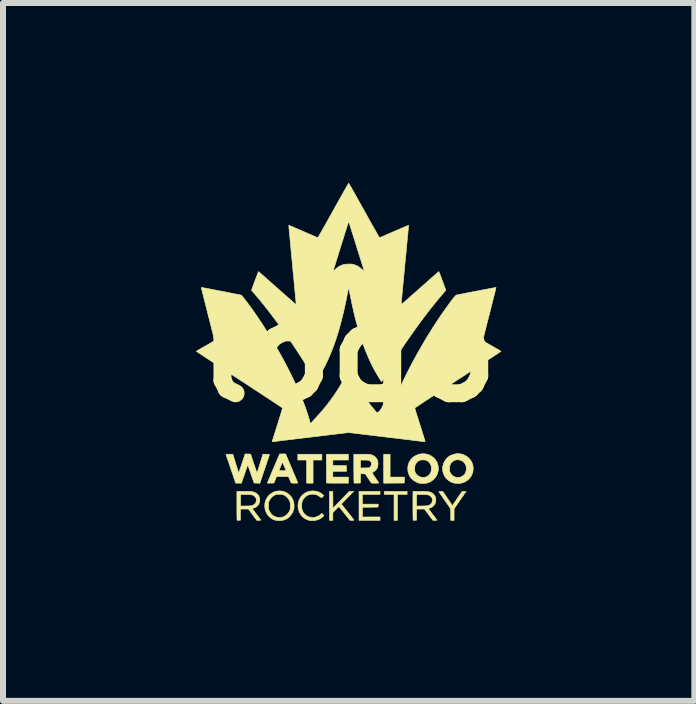
<source format=kicad_pcb>
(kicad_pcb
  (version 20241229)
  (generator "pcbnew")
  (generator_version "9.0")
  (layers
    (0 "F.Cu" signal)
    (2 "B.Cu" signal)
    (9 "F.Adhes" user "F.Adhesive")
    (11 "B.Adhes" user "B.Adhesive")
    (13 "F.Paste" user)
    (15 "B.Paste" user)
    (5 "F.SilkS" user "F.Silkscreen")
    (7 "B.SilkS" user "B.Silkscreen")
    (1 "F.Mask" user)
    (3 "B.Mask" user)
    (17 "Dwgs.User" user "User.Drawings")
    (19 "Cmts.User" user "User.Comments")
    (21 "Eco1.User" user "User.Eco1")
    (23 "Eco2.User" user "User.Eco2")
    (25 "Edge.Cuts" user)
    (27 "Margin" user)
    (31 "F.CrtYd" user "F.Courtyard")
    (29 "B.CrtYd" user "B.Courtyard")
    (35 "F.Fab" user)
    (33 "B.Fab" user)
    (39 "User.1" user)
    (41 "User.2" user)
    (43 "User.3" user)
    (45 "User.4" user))
  (footprint "logo"
    (layer "F.Cu")
    (at 2.765 2.819)
    (property "Reference" "logo" (at 0 0 0) (layer "F.SilkS") (effects (font (size 1.524 1.524) (thickness 0.3))))
    (attr through_hole)
    (fp_poly (pts (xy -0.447 1.803) (xy -0.594 1.803) (xy -0.594 2.189) (xy -0.701 2.189) (xy -0.701 1.803) (xy -0.848 1.803) (xy -0.848 1.707) (xy -0.447 1.707) (xy -0.447 1.803)) (stroke (width 0.01) (type solid)) (fill yes) (layer "F.SilkS"))
    (fp_poly (pts (xy 0.691 2.088) (xy 0.93 2.088) (xy 0.929 2.137) (xy 0.927 2.187) (xy 0.756 2.188) (xy 0.584 2.19) (xy 0.584 1.707) (xy 0.691 1.707) (xy 0.691 2.088)) (stroke (width 0.01) (type solid)) (fill yes) (layer "F.SilkS"))
    (fp_poly (pts (xy 0.975 2.377) (xy 0.813 2.377) (xy 0.813 2.809) (xy 0.757 2.809) (xy 0.757 2.377) (xy 0.594 2.377) (xy 0.594 2.327) (xy 0.975 2.327) (xy 0.975 2.377)) (stroke (width 0.01) (type solid)) (fill yes) (layer "F.SilkS"))
    (fp_poly (pts (xy 0.523 2.377) (xy 0.229 2.377) (xy 0.229 2.54) (xy 0.493 2.54) (xy 0.49 2.588) (xy 0.359 2.59) (xy 0.229 2.591) (xy 0.229 2.753) (xy 0.523 2.753) (xy 0.523 2.809) (xy 0.173 2.809) (xy 0.173 2.327) (xy 0.523 2.327) (xy 0.523 2.377)) (stroke (width 0.01) (type solid)) (fill yes) (layer "F.SilkS"))
    (fp_poly (pts (xy -0.005 1.803) (xy -0.264 1.803) (xy -0.264 1.895) (xy -0.151 1.896) (xy -0.038 1.897) (xy -0.037 1.944) (xy -0.035 1.991) (xy -0.264 1.991) (xy -0.264 2.088) (xy -0.005 2.088) (xy -0.005 2.189) (xy -0.185 2.189) (xy -0.226 2.189) (xy -0.265 2.189) (xy -0.299 2.189) (xy -0.327 2.188) (xy -0.349 2.188) (xy -0.363 2.187) (xy -0.367 2.186) (xy -0.368 2.18) (xy -0.369 2.166) (xy -0.369 2.143) (xy -0.37 2.113) (xy -0.37 2.077) (xy -0.371 2.035) (xy -0.371 1.99) (xy -0.371 1.945) (xy -0.371 1.707) (xy -0.005 1.707) (xy -0.005 1.803)) (stroke (width 0.01) (type solid)) (fill yes) (layer "F.SilkS"))
    (fp_poly (pts (xy 1.948 2.341) (xy 1.943 2.348) (xy 1.933 2.363) (xy 1.918 2.384) (xy 1.901 2.41) (xy 1.88 2.439) (xy 1.858 2.471) (xy 1.848 2.486) (xy 1.758 2.617) (xy 1.758 2.809) (xy 1.702 2.809) (xy 1.702 2.619) (xy 1.603 2.475) (xy 1.579 2.441) (xy 1.558 2.41) (xy 1.539 2.383) (xy 1.524 2.36) (xy 1.512 2.342) (xy 1.505 2.332) (xy 1.504 2.329) (xy 1.508 2.328) (xy 1.52 2.327) (xy 1.537 2.328) (xy 1.538 2.328) (xy 1.571 2.329) (xy 1.73 2.564) (xy 1.811 2.445) (xy 1.892 2.327) (xy 1.957 2.327) (xy 1.948 2.341)) (stroke (width 0.01) (type solid)) (fill yes) (layer "F.SilkS"))
    (fp_poly (pts (xy 0.005 2.406) (xy -0.02 2.432) (xy -0.044 2.456) (xy -0.065 2.478) (xy -0.083 2.497) (xy -0.096 2.51) (xy -0.098 2.512) (xy -0.122 2.538) (xy -0.018 2.669) (xy 0.007 2.7) (xy 0.03 2.73) (xy 0.051 2.755) (xy 0.067 2.777) (xy 0.08 2.793) (xy 0.087 2.802) (xy 0.089 2.805) (xy 0.086 2.807) (xy 0.075 2.809) (xy 0.057 2.809) (xy 0.057 2.809) (xy 0.022 2.809) (xy -0.069 2.695) (xy -0.092 2.666) (xy -0.113 2.639) (xy -0.132 2.616) (xy -0.146 2.598) (xy -0.157 2.586) (xy -0.162 2.581) (xy -0.162 2.581) (xy -0.167 2.584) (xy -0.177 2.593) (xy -0.192 2.607) (xy -0.209 2.625) (xy -0.215 2.63) (xy -0.264 2.68) (xy -0.264 2.809) (xy -0.32 2.809) (xy -0.32 2.327) (xy -0.264 2.327) (xy -0.263 2.467) (xy -0.262 2.608) (xy -0.127 2.468) (xy 0.007 2.329) (xy 0.046 2.328) (xy 0.084 2.326) (xy 0.005 2.406)) (stroke (width 0.01) (type solid)) (fill yes) (layer "F.SilkS"))
    (fp_poly (pts (xy -0.952 1.937) (xy -0.933 1.983) (xy -0.914 2.027) (xy -0.897 2.066) (xy -0.882 2.102) (xy -0.87 2.132) (xy -0.86 2.156) (xy -0.853 2.172) (xy -0.85 2.18) (xy -0.85 2.181) (xy -0.849 2.185) (xy -0.852 2.187) (xy -0.861 2.189) (xy -0.875 2.189) (xy -0.898 2.189) (xy -0.901 2.189) (xy -0.929 2.189) (xy -0.947 2.187) (xy -0.957 2.185) (xy -0.958 2.183) (xy -0.962 2.176) (xy -0.969 2.162) (xy -0.977 2.143) (xy -0.983 2.129) (xy -1.004 2.08) (xy -1.103 2.079) (xy -1.203 2.078) (xy -1.247 2.187) (xy -1.302 2.188) (xy -1.327 2.189) (xy -1.342 2.189) (xy -1.351 2.188) (xy -1.355 2.186) (xy -1.355 2.182) (xy -1.354 2.181) (xy -1.352 2.174) (xy -1.345 2.16) (xy -1.336 2.137) (xy -1.324 2.109) (xy -1.309 2.074) (xy -1.293 2.035) (xy -1.275 1.992) (xy -1.27 1.981) (xy -1.163 1.981) (xy -1.043 1.981) (xy -1.07 1.914) (xy -1.081 1.89) (xy -1.09 1.869) (xy -1.097 1.853) (xy -1.101 1.844) (xy -1.102 1.843) (xy -1.105 1.846) (xy -1.111 1.856) (xy -1.119 1.873) (xy -1.128 1.894) (xy -1.137 1.917) (xy -1.146 1.939) (xy -1.153 1.956) (xy -1.157 1.965) (xy -1.163 1.981) (xy -1.27 1.981) (xy -1.255 1.946) (xy -1.251 1.937) (xy -1.151 1.702) (xy -1.052 1.702) (xy -0.952 1.937)) (stroke (width 0.01) (type solid)) (fill yes) (layer "F.SilkS"))
    (fp_poly (pts (xy -0.551 2.322) (xy -0.507 2.334) (xy -0.467 2.354) (xy -0.436 2.377) (xy -0.414 2.397) (xy -0.433 2.416) (xy -0.444 2.427) (xy -0.451 2.431) (xy -0.457 2.431) (xy -0.463 2.426) (xy -0.496 2.404) (xy -0.524 2.388) (xy -0.551 2.378) (xy -0.578 2.374) (xy -0.608 2.373) (xy -0.615 2.373) (xy -0.655 2.38) (xy -0.69 2.393) (xy -0.721 2.416) (xy -0.736 2.431) (xy -0.758 2.459) (xy -0.773 2.487) (xy -0.781 2.52) (xy -0.784 2.558) (xy -0.784 2.565) (xy -0.782 2.606) (xy -0.774 2.641) (xy -0.759 2.672) (xy -0.744 2.694) (xy -0.718 2.721) (xy -0.685 2.742) (xy -0.647 2.756) (xy -0.608 2.762) (xy -0.582 2.762) (xy -0.549 2.754) (xy -0.515 2.741) (xy -0.484 2.723) (xy -0.469 2.711) (xy -0.449 2.693) (xy -0.43 2.712) (xy -0.411 2.731) (xy -0.43 2.748) (xy -0.47 2.779) (xy -0.513 2.799) (xy -0.558 2.811) (xy -0.604 2.814) (xy -0.636 2.813) (xy -0.664 2.808) (xy -0.682 2.802) (xy -0.725 2.783) (xy -0.763 2.756) (xy -0.793 2.723) (xy -0.817 2.685) (xy -0.834 2.643) (xy -0.844 2.599) (xy -0.845 2.554) (xy -0.839 2.508) (xy -0.824 2.463) (xy -0.8 2.421) (xy -0.795 2.414) (xy -0.764 2.38) (xy -0.727 2.353) (xy -0.686 2.334) (xy -0.642 2.322) (xy -0.597 2.318) (xy -0.551 2.322)) (stroke (width 0.01) (type solid)) (fill yes) (layer "F.SilkS"))
    (fp_poly (pts (xy 1.869 1.701) (xy 1.916 1.715) (xy 1.959 1.736) (xy 1.997 1.764) (xy 2.028 1.799) (xy 2.053 1.838) (xy 2.07 1.883) (xy 2.072 1.894) (xy 2.077 1.943) (xy 2.073 1.991) (xy 2.06 2.036) (xy 2.039 2.078) (xy 2.011 2.114) (xy 1.975 2.146) (xy 1.933 2.17) (xy 1.887 2.187) (xy 1.856 2.192) (xy 1.82 2.194) (xy 1.784 2.192) (xy 1.754 2.187) (xy 1.709 2.171) (xy 1.668 2.147) (xy 1.633 2.116) (xy 1.605 2.08) (xy 1.583 2.038) (xy 1.57 1.993) (xy 1.568 1.965) (xy 1.682 1.965) (xy 1.687 1.996) (xy 1.689 2) (xy 1.704 2.032) (xy 1.728 2.059) (xy 1.757 2.079) (xy 1.759 2.08) (xy 1.791 2.091) (xy 1.826 2.094) (xy 1.861 2.089) (xy 1.882 2.081) (xy 1.914 2.061) (xy 1.938 2.034) (xy 1.954 2.001) (xy 1.962 1.964) (xy 1.963 1.948) (xy 1.958 1.907) (xy 1.946 1.873) (xy 1.925 1.844) (xy 1.897 1.821) (xy 1.884 1.814) (xy 1.849 1.802) (xy 1.813 1.798) (xy 1.779 1.804) (xy 1.748 1.818) (xy 1.72 1.839) (xy 1.699 1.868) (xy 1.697 1.873) (xy 1.687 1.9) (xy 1.682 1.932) (xy 1.682 1.965) (xy 1.568 1.965) (xy 1.566 1.946) (xy 1.569 1.912) (xy 1.581 1.865) (xy 1.602 1.822) (xy 1.63 1.782) (xy 1.665 1.749) (xy 1.687 1.734) (xy 1.712 1.722) (xy 1.743 1.711) (xy 1.775 1.702) (xy 1.805 1.697) (xy 1.819 1.697) (xy 1.869 1.701)) (stroke (width 0.01) (type solid)) (fill yes) (layer "F.SilkS"))
    (fp_poly (pts (xy 1.306 1.706) (xy 1.334 1.714) (xy 1.379 1.737) (xy 1.418 1.766) (xy 1.45 1.801) (xy 1.474 1.842) (xy 1.489 1.887) (xy 1.496 1.935) (xy 1.493 1.982) (xy 1.482 2.029) (xy 1.461 2.072) (xy 1.433 2.11) (xy 1.398 2.142) (xy 1.357 2.168) (xy 1.312 2.186) (xy 1.308 2.187) (xy 1.278 2.192) (xy 1.244 2.194) (xy 1.209 2.193) (xy 1.178 2.189) (xy 1.17 2.187) (xy 1.127 2.17) (xy 1.086 2.146) (xy 1.05 2.114) (xy 1.021 2.078) (xy 1.017 2.072) (xy 0.999 2.031) (xy 0.988 1.986) (xy 0.986 1.946) (xy 1.1 1.946) (xy 1.102 1.977) (xy 1.107 2.002) (xy 1.117 2.023) (xy 1.133 2.044) (xy 1.137 2.048) (xy 1.164 2.071) (xy 1.196 2.086) (xy 1.231 2.093) (xy 1.266 2.092) (xy 1.3 2.082) (xy 1.304 2.08) (xy 1.335 2.059) (xy 1.358 2.032) (xy 1.373 1.999) (xy 1.381 1.959) (xy 1.381 1.958) (xy 1.379 1.918) (xy 1.37 1.884) (xy 1.352 1.854) (xy 1.344 1.845) (xy 1.323 1.825) (xy 1.302 1.811) (xy 1.278 1.804) (xy 1.249 1.801) (xy 1.24 1.801) (xy 1.207 1.803) (xy 1.182 1.809) (xy 1.161 1.821) (xy 1.14 1.839) (xy 1.14 1.84) (xy 1.12 1.864) (xy 1.108 1.889) (xy 1.102 1.918) (xy 1.1 1.946) (xy 0.986 1.946) (xy 0.986 1.939) (xy 0.991 1.893) (xy 1.005 1.848) (xy 1.017 1.824) (xy 1.045 1.785) (xy 1.079 1.753) (xy 1.119 1.728) (xy 1.163 1.71) (xy 1.21 1.7) (xy 1.258 1.698) (xy 1.306 1.706)) (stroke (width 0.01) (type solid)) (fill yes) (layer "F.SilkS"))
    (fp_poly (pts (xy -1.701 2.327) (xy -1.669 2.327) (xy -1.645 2.328) (xy -1.626 2.329) (xy -1.611 2.33) (xy -1.599 2.333) (xy -1.588 2.336) (xy -1.584 2.337) (xy -1.548 2.353) (xy -1.519 2.375) (xy -1.498 2.403) (xy -1.486 2.437) (xy -1.482 2.47) (xy -1.487 2.508) (xy -1.501 2.541) (xy -1.522 2.569) (xy -1.552 2.591) (xy -1.582 2.604) (xy -1.609 2.613) (xy -1.54 2.705) (xy -1.519 2.731) (xy -1.501 2.756) (xy -1.486 2.776) (xy -1.474 2.792) (xy -1.467 2.801) (xy -1.466 2.803) (xy -1.467 2.806) (xy -1.474 2.808) (xy -1.489 2.809) (xy -1.497 2.809) (xy -1.532 2.809) (xy -1.602 2.715) (xy -1.671 2.621) (xy -1.803 2.621) (xy -1.805 2.714) (xy -1.806 2.807) (xy -1.832 2.808) (xy -1.847 2.808) (xy -1.858 2.807) (xy -1.861 2.806) (xy -1.861 2.8) (xy -1.862 2.786) (xy -1.863 2.763) (xy -1.863 2.733) (xy -1.864 2.696) (xy -1.864 2.655) (xy -1.864 2.61) (xy -1.864 2.571) (xy -1.803 2.571) (xy -1.711 2.57) (xy -1.677 2.569) (xy -1.652 2.568) (xy -1.634 2.567) (xy -1.62 2.565) (xy -1.61 2.563) (xy -1.6 2.559) (xy -1.594 2.556) (xy -1.568 2.539) (xy -1.551 2.517) (xy -1.541 2.492) (xy -1.539 2.467) (xy -1.545 2.441) (xy -1.558 2.418) (xy -1.579 2.399) (xy -1.596 2.39) (xy -1.607 2.386) (xy -1.62 2.384) (xy -1.638 2.382) (xy -1.662 2.38) (xy -1.693 2.379) (xy -1.711 2.379) (xy -1.803 2.376) (xy -1.803 2.571) (xy -1.864 2.571) (xy -1.864 2.565) (xy -1.864 2.327) (xy -1.74 2.327) (xy -1.701 2.327)) (stroke (width 0.01) (type solid)) (fill yes) (layer "F.SilkS"))
    (fp_poly (pts (xy 1.243 2.327) (xy 1.282 2.328) (xy 1.313 2.33) (xy 1.338 2.333) (xy 1.358 2.338) (xy 1.375 2.344) (xy 1.389 2.352) (xy 1.403 2.363) (xy 1.409 2.367) (xy 1.432 2.393) (xy 1.447 2.42) (xy 1.453 2.453) (xy 1.454 2.469) (xy 1.45 2.507) (xy 1.436 2.54) (xy 1.415 2.568) (xy 1.386 2.59) (xy 1.355 2.604) (xy 1.328 2.612) (xy 1.4 2.709) (xy 1.421 2.736) (xy 1.439 2.76) (xy 1.454 2.781) (xy 1.465 2.796) (xy 1.472 2.805) (xy 1.473 2.807) (xy 1.469 2.808) (xy 1.456 2.809) (xy 1.439 2.809) (xy 1.439 2.809) (xy 1.405 2.809) (xy 1.335 2.715) (xy 1.265 2.621) (xy 1.133 2.621) (xy 1.132 2.714) (xy 1.13 2.807) (xy 1.105 2.808) (xy 1.089 2.808) (xy 1.078 2.807) (xy 1.075 2.806) (xy 1.075 2.8) (xy 1.074 2.786) (xy 1.073 2.763) (xy 1.073 2.733) (xy 1.072 2.696) (xy 1.072 2.655) (xy 1.072 2.61) (xy 1.072 2.571) (xy 1.133 2.571) (xy 1.226 2.57) (xy 1.259 2.569) (xy 1.285 2.568) (xy 1.304 2.567) (xy 1.318 2.565) (xy 1.329 2.562) (xy 1.338 2.559) (xy 1.342 2.557) (xy 1.367 2.541) (xy 1.384 2.519) (xy 1.394 2.495) (xy 1.397 2.469) (xy 1.392 2.444) (xy 1.379 2.42) (xy 1.36 2.401) (xy 1.34 2.39) (xy 1.329 2.386) (xy 1.316 2.384) (xy 1.299 2.382) (xy 1.275 2.38) (xy 1.243 2.379) (xy 1.226 2.379) (xy 1.133 2.376) (xy 1.133 2.571) (xy 1.072 2.571) (xy 1.072 2.565) (xy 1.072 2.327) (xy 1.196 2.327) (xy 1.243 2.327)) (stroke (width 0.01) (type solid)) (fill yes) (layer "F.SilkS"))
    (fp_poly (pts (xy 0.259 1.707) (xy 0.291 1.707) (xy 0.317 1.708) (xy 0.336 1.709) (xy 0.351 1.71) (xy 0.364 1.712) (xy 0.375 1.715) (xy 0.383 1.717) (xy 0.416 1.732) (xy 0.446 1.754) (xy 0.468 1.782) (xy 0.477 1.799) (xy 0.485 1.825) (xy 0.489 1.857) (xy 0.488 1.889) (xy 0.483 1.919) (xy 0.483 1.919) (xy 0.471 1.947) (xy 0.451 1.973) (xy 0.425 1.994) (xy 0.418 1.999) (xy 0.404 2.008) (xy 0.395 2.016) (xy 0.394 2.02) (xy 0.397 2.026) (xy 0.405 2.039) (xy 0.417 2.058) (xy 0.433 2.08) (xy 0.447 2.102) (xy 0.464 2.126) (xy 0.479 2.148) (xy 0.491 2.166) (xy 0.499 2.178) (xy 0.502 2.183) (xy 0.5 2.186) (xy 0.493 2.188) (xy 0.478 2.189) (xy 0.455 2.189) (xy 0.443 2.189) (xy 0.381 2.189) (xy 0.329 2.112) (xy 0.277 2.035) (xy 0.238 2.033) (xy 0.198 2.032) (xy 0.197 2.109) (xy 0.196 2.187) (xy 0.145 2.188) (xy 0.123 2.189) (xy 0.105 2.188) (xy 0.093 2.187) (xy 0.09 2.186) (xy 0.089 2.181) (xy 0.089 2.166) (xy 0.088 2.143) (xy 0.087 2.113) (xy 0.087 2.077) (xy 0.087 2.035) (xy 0.086 1.99) (xy 0.086 1.945) (xy 0.086 1.936) (xy 0.198 1.936) (xy 0.272 1.935) (xy 0.345 1.933) (xy 0.361 1.917) (xy 0.375 1.897) (xy 0.38 1.873) (xy 0.378 1.849) (xy 0.374 1.839) (xy 0.364 1.826) (xy 0.351 1.816) (xy 0.332 1.809) (xy 0.306 1.805) (xy 0.272 1.804) (xy 0.26 1.804) (xy 0.198 1.803) (xy 0.198 1.936) (xy 0.086 1.936) (xy 0.086 1.707) (xy 0.218 1.707) (xy 0.259 1.707)) (stroke (width 0.01) (type solid)) (fill yes) (layer "F.SilkS"))
    (fp_poly (pts (xy -1.121 2.321) (xy -1.072 2.332) (xy -1.029 2.352) (xy -0.992 2.38) (xy -0.96 2.413) (xy -0.936 2.452) (xy -0.919 2.496) (xy -0.911 2.543) (xy -0.911 2.593) (xy -0.914 2.617) (xy -0.926 2.656) (xy -0.945 2.695) (xy -0.971 2.73) (xy -1 2.761) (xy -1.033 2.784) (xy -1.034 2.785) (xy -1.075 2.802) (xy -1.119 2.811) (xy -1.166 2.814) (xy -1.211 2.809) (xy -1.224 2.806) (xy -1.268 2.79) (xy -1.306 2.765) (xy -1.339 2.734) (xy -1.365 2.698) (xy -1.384 2.657) (xy -1.396 2.613) (xy -1.4 2.567) (xy -1.4 2.565) (xy -1.339 2.565) (xy -1.338 2.591) (xy -1.337 2.609) (xy -1.334 2.623) (xy -1.33 2.637) (xy -1.325 2.648) (xy -1.304 2.685) (xy -1.281 2.713) (xy -1.256 2.732) (xy -1.218 2.751) (xy -1.177 2.76) (xy -1.134 2.761) (xy -1.093 2.752) (xy -1.077 2.745) (xy -1.045 2.726) (xy -1.016 2.698) (xy -0.993 2.665) (xy -0.986 2.653) (xy -0.98 2.639) (xy -0.976 2.626) (xy -0.974 2.611) (xy -0.973 2.592) (xy -0.973 2.568) (xy -0.973 2.542) (xy -0.974 2.524) (xy -0.976 2.509) (xy -0.981 2.496) (xy -0.987 2.481) (xy -0.987 2.48) (xy -1.005 2.451) (xy -1.03 2.423) (xy -1.058 2.399) (xy -1.081 2.386) (xy -1.095 2.381) (xy -1.109 2.377) (xy -1.128 2.375) (xy -1.154 2.375) (xy -1.156 2.375) (xy -1.18 2.375) (xy -1.198 2.377) (xy -1.212 2.379) (xy -1.225 2.384) (xy -1.235 2.389) (xy -1.265 2.408) (xy -1.293 2.435) (xy -1.316 2.466) (xy -1.325 2.483) (xy -1.331 2.498) (xy -1.335 2.511) (xy -1.338 2.526) (xy -1.338 2.546) (xy -1.339 2.565) (xy -1.4 2.565) (xy -1.396 2.521) (xy -1.383 2.475) (xy -1.373 2.453) (xy -1.347 2.411) (xy -1.314 2.377) (xy -1.275 2.35) (xy -1.232 2.33) (xy -1.186 2.32) (xy -1.137 2.319) (xy -1.121 2.321)) (stroke (width 0.01) (type solid)) (fill yes) (layer "F.SilkS"))
    (fp_poly (pts (xy -1.681 1.703) (xy -1.635 1.704) (xy -1.584 1.861) (xy -1.571 1.898) (xy -1.559 1.933) (xy -1.549 1.963) (xy -1.54 1.987) (xy -1.534 2.005) (xy -1.53 2.015) (xy -1.529 2.017) (xy -1.527 2.012) (xy -1.522 1.999) (xy -1.515 1.978) (xy -1.506 1.951) (xy -1.496 1.919) (xy -1.485 1.883) (xy -1.478 1.862) (xy -1.431 1.707) (xy -1.376 1.707) (xy -1.354 1.707) (xy -1.336 1.708) (xy -1.324 1.709) (xy -1.321 1.711) (xy -1.322 1.716) (xy -1.327 1.73) (xy -1.334 1.752) (xy -1.343 1.781) (xy -1.355 1.815) (xy -1.368 1.855) (xy -1.383 1.898) (xy -1.398 1.945) (xy -1.401 1.952) (xy -1.481 2.19) (xy -1.529 2.188) (xy -1.577 2.187) (xy -1.629 2.037) (xy -1.642 2) (xy -1.653 1.966) (xy -1.664 1.937) (xy -1.672 1.913) (xy -1.678 1.896) (xy -1.681 1.886) (xy -1.681 1.885) (xy -1.683 1.888) (xy -1.688 1.901) (xy -1.697 1.923) (xy -1.708 1.955) (xy -1.722 1.995) (xy -1.739 2.045) (xy -1.755 2.089) (xy -1.789 2.189) (xy -1.884 2.189) (xy -1.901 2.137) (xy -1.922 2.076) (xy -1.942 2.017) (xy -1.961 1.961) (xy -1.979 1.909) (xy -1.995 1.861) (xy -2.009 1.819) (xy -2.022 1.783) (xy -2.032 1.754) (xy -2.039 1.733) (xy -2.043 1.72) (xy -2.045 1.716) (xy -2.046 1.712) (xy -2.043 1.709) (xy -2.036 1.708) (xy -2.022 1.707) (xy -2.001 1.707) (xy -1.99 1.707) (xy -1.931 1.707) (xy -1.921 1.741) (xy -1.916 1.756) (xy -1.91 1.778) (xy -1.901 1.807) (xy -1.891 1.84) (xy -1.88 1.875) (xy -1.874 1.896) (xy -1.863 1.929) (xy -1.854 1.959) (xy -1.846 1.984) (xy -1.84 2.002) (xy -1.836 2.014) (xy -1.834 2.017) (xy -1.832 2.012) (xy -1.827 1.999) (xy -1.819 1.978) (xy -1.81 1.952) (xy -1.799 1.92) (xy -1.787 1.884) (xy -1.779 1.859) (xy -1.726 1.701) (xy -1.681 1.703)) (stroke (width 0.01) (type solid)) (fill yes) (layer "F.SilkS"))
    (fp_poly (pts (xy -2.452 -1.074) (xy -2.438 -1.072) (xy -2.416 -1.068) (xy -2.387 -1.063) (xy -2.352 -1.056) (xy -2.312 -1.049) (xy -2.268 -1.04) (xy -2.221 -1.031) (xy -2.172 -1.022) (xy -2.122 -1.012) (xy -2.072 -1.003) (xy -2.023 -0.993) (xy -1.977 -0.984) (xy -1.933 -0.975) (xy -1.894 -0.967) (xy -1.859 -0.961) (xy -1.831 -0.955) (xy -1.809 -0.95) (xy -1.796 -0.947) (xy -1.792 -0.946) (xy -1.786 -0.941) (xy -1.774 -0.928) (xy -1.758 -0.909) (xy -1.739 -0.885) (xy -1.716 -0.856) (xy -1.692 -0.824) (xy -1.667 -0.79) (xy -1.64 -0.755) (xy -1.615 -0.719) (xy -1.605 -0.706) (xy -1.527 -0.593) (xy -1.449 -0.477) (xy -1.373 -0.357) (xy -1.298 -0.235) (xy -1.225 -0.112) (xy -1.154 0.012) (xy -1.085 0.137) (xy -1.02 0.261) (xy -0.959 0.383) (xy -0.901 0.503) (xy -0.847 0.619) (xy -0.798 0.733) (xy -0.754 0.841) (xy -0.716 0.944) (xy -0.683 1.041) (xy -0.656 1.131) (xy -0.655 1.136) (xy -0.639 1.197) (xy -0.593 1.148) (xy -0.492 1.039) (xy -0.399 0.931) (xy -0.314 0.822) (xy -0.234 0.71) (xy -0.159 0.594) (xy -0.087 0.472) (xy -0.048 0.403) (xy -0.034 0.376) (xy -0.021 0.354) (xy -0.011 0.336) (xy -0.003 0.324) (xy 0 0.32) (xy 0.004 0.324) (xy 0.011 0.336) (xy 0.022 0.354) (xy 0.034 0.377) (xy 0.048 0.403) (xy 0.12 0.529) (xy 0.193 0.648) (xy 0.27 0.762) (xy 0.352 0.872) (xy 0.441 0.98) (xy 0.537 1.089) (xy 0.593 1.148) (xy 0.639 1.197) (xy 0.65 1.154) (xy 0.678 1.059) (xy 0.711 0.957) (xy 0.751 0.85) (xy 0.796 0.737) (xy 0.847 0.619) (xy 0.902 0.498) (xy 0.963 0.373) (xy 1.027 0.246) (xy 1.096 0.117) (xy 1.168 -0.013) (xy 1.243 -0.143) (xy 1.321 -0.273) (xy 1.401 -0.401) (xy 1.479 -0.521) (xy 1.514 -0.574) (xy 1.55 -0.626) (xy 1.585 -0.676) (xy 1.619 -0.724) (xy 1.652 -0.77) (xy 1.682 -0.812) (xy 1.71 -0.849) (xy 1.735 -0.882) (xy 1.757 -0.908) (xy 1.775 -0.929) (xy 1.788 -0.942) (xy 1.796 -0.948) (xy 1.796 -0.948) (xy 1.809 -0.951) (xy 1.83 -0.955) (xy 1.858 -0.961) (xy 1.893 -0.967) (xy 1.932 -0.975) (xy 1.976 -0.984) (xy 2.022 -0.993) (xy 2.071 -1.002) (xy 2.121 -1.012) (xy 2.171 -1.021) (xy 2.22 -1.031) (xy 2.267 -1.04) (xy 2.311 -1.048) (xy 2.351 -1.056) (xy 2.386 -1.062) (xy 2.415 -1.068) (xy 2.438 -1.072) (xy 2.452 -1.074) (xy 2.457 -1.075) (xy 2.457 -1.075) (xy 2.457 -1.07) (xy 2.453 -1.055) (xy 2.448 -1.033) (xy 2.441 -1.002) (xy 2.431 -0.965) (xy 2.42 -0.921) (xy 2.408 -0.871) (xy 2.394 -0.817) (xy 2.379 -0.758) (xy 2.364 -0.696) (xy 2.347 -0.631) (xy 2.347 -0.63) (xy 2.33 -0.565) (xy 2.314 -0.503) (xy 2.299 -0.444) (xy 2.286 -0.39) (xy 2.273 -0.34) (xy 2.262 -0.296) (xy 2.253 -0.259) (xy 2.245 -0.228) (xy 2.24 -0.206) (xy 2.237 -0.191) (xy 2.236 -0.186) (xy 2.236 -0.186) (xy 2.24 -0.184) (xy 2.253 -0.176) (xy 2.272 -0.165) (xy 2.297 -0.151) (xy 2.327 -0.134) (xy 2.361 -0.115) (xy 2.389 -0.099) (xy 2.425 -0.079) (xy 2.457 -0.06) (xy 2.486 -0.044) (xy 2.509 -0.03) (xy 2.526 -0.019) (xy 2.536 -0.012) (xy 2.539 -0.009) (xy 2.535 -0.006) (xy 2.522 0.002) (xy 2.502 0.016) (xy 2.475 0.034) (xy 2.441 0.056) (xy 2.401 0.083) (xy 2.354 0.113) (xy 2.303 0.147) (xy 2.246 0.185) (xy 2.185 0.225) (xy 2.12 0.267) (xy 2.051 0.313) (xy 1.979 0.36) (xy 1.904 0.409) (xy 1.826 0.459) (xy 1.821 0.463) (xy 1.744 0.513) (xy 1.669 0.562) (xy 1.596 0.61) (xy 1.527 0.655) (xy 1.462 0.698) (xy 1.4 0.738) (xy 1.343 0.776) (xy 1.291 0.81) (xy 1.245 0.841) (xy 1.204 0.868) (xy 1.17 0.891) (xy 1.142 0.909) (xy 1.121 0.923) (xy 1.108 0.932) (xy 1.104 0.936) (xy 1.103 0.936) (xy 1.105 0.942) (xy 1.109 0.957) (xy 1.115 0.979) (xy 1.124 1.009) (xy 1.135 1.045) (xy 1.148 1.085) (xy 1.162 1.131) (xy 1.177 1.179) (xy 1.189 1.214) (xy 1.205 1.265) (xy 1.22 1.312) (xy 1.233 1.356) (xy 1.246 1.396) (xy 1.256 1.43) (xy 1.265 1.457) (xy 1.271 1.478) (xy 1.274 1.49) (xy 1.275 1.493) (xy 1.272 1.497) (xy 1.261 1.497) (xy 1.259 1.497) (xy 1.252 1.496) (xy 1.235 1.494) (xy 1.21 1.491) (xy 1.176 1.487) (xy 1.135 1.482) (xy 1.087 1.476) (xy 1.033 1.469) (xy 0.973 1.462) (xy 0.908 1.454) (xy 0.838 1.446) (xy 0.765 1.437) (xy 0.688 1.428) (xy 0.622 1.42) (xy 0.001 1.345) (xy -0.618 1.419) (xy -0.696 1.429) (xy -0.772 1.438) (xy -0.845 1.447) (xy -0.914 1.455) (xy -0.979 1.463) (xy -1.038 1.47) (xy -1.091 1.476) (xy -1.139 1.482) (xy -1.179 1.487) (xy -1.211 1.491) (xy -1.235 1.494) (xy -1.251 1.496) (xy -1.256 1.497) (xy -1.27 1.497) (xy -1.275 1.494) (xy -1.275 1.493) (xy -1.274 1.487) (xy -1.269 1.473) (xy -1.262 1.45) (xy -1.253 1.421) (xy -1.242 1.385) (xy -1.229 1.344) (xy -1.215 1.299) (xy -1.2 1.25) (xy -1.188 1.214) (xy -1.172 1.163) (xy -1.157 1.115) (xy -1.144 1.071) (xy -1.131 1.032) (xy -1.121 0.998) (xy -1.113 0.97) (xy -1.107 0.95) (xy -1.104 0.938) (xy -1.103 0.935) (xy -1.108 0.932) (xy -1.12 0.923) (xy -1.14 0.91) (xy -1.167 0.892) (xy -1.201 0.869) (xy -1.242 0.842) (xy -1.288 0.812) (xy -1.339 0.778) (xy -1.396 0.741) (xy -1.457 0.701) (xy -1.523 0.658) (xy -1.591 0.613) (xy -1.664 0.565) (xy -1.739 0.516) (xy -1.816 0.466) (xy -1.821 0.463) (xy -1.899 0.412) (xy -1.974 0.363) (xy -2.046 0.316) (xy -2.115 0.27) (xy -2.181 0.227) (xy -2.242 0.187) (xy -2.299 0.15) (xy -2.351 0.116) (xy -2.398 0.085) (xy -2.438 0.058) (xy -2.473 0.035) (xy -2.5 0.017) (xy -2.521 0.003) (xy -2.534 -0.006) (xy -2.539 -0.009) (xy -2.539 -0.01) (xy -2.535 -0.013) (xy -2.523 -0.021) (xy -2.505 -0.032) (xy -2.48 -0.047) (xy -2.451 -0.064) (xy -2.417 -0.083) (xy -2.389 -0.099) (xy -2.353 -0.119) (xy -2.321 -0.138) (xy -2.292 -0.154) (xy -2.268 -0.168) (xy -2.25 -0.178) (xy -2.239 -0.184) (xy -2.236 -0.186) (xy -2.237 -0.191) (xy -2.24 -0.205) (xy -2.245 -0.228) (xy -2.253 -0.258) (xy -2.262 -0.296) (xy -2.273 -0.34) (xy -2.286 -0.389) (xy -2.299 -0.443) (xy -2.314 -0.502) (xy -2.33 -0.564) (xy -2.347 -0.629) (xy -2.347 -0.63) (xy -2.363 -0.695) (xy -2.379 -0.757) (xy -2.394 -0.816) (xy -2.408 -0.871) (xy -2.42 -0.92) (xy -2.431 -0.964) (xy -2.44 -1.002) (xy -2.448 -1.032) (xy -2.453 -1.055) (xy -2.457 -1.07) (xy -2.457 -1.075) (xy -2.457 -1.075) (xy -2.452 -1.074)) (stroke (width 0.01) (type solid)) (fill yes) (layer "F.SilkS"))
    (fp_poly (pts (xy 0.003 -2.81) (xy 0.01 -2.797) (xy 0.022 -2.777) (xy 0.038 -2.75) (xy 0.057 -2.716) (xy 0.08 -2.676) (xy 0.105 -2.63) (xy 0.134 -2.58) (xy 0.164 -2.526) (xy 0.196 -2.468) (xy 0.23 -2.407) (xy 0.257 -2.36) (xy 0.292 -2.297) (xy 0.325 -2.237) (xy 0.357 -2.18) (xy 0.387 -2.126) (xy 0.415 -2.077) (xy 0.44 -2.033) (xy 0.462 -1.995) (xy 0.48 -1.962) (xy 0.495 -1.937) (xy 0.506 -1.918) (xy 0.512 -1.907) (xy 0.514 -1.905) (xy 0.52 -1.907) (xy 0.533 -1.913) (xy 0.555 -1.922) (xy 0.583 -1.933) (xy 0.616 -1.948) (xy 0.655 -1.965) (xy 0.697 -1.983) (xy 0.743 -2.003) (xy 0.758 -2.009) (xy 0.804 -2.029) (xy 0.848 -2.048) (xy 0.887 -2.065) (xy 0.922 -2.08) (xy 0.952 -2.093) (xy 0.975 -2.102) (xy 0.991 -2.109) (xy 0.998 -2.112) (xy 0.999 -2.112) (xy 0.999 -2.106) (xy 0.998 -2.092) (xy 0.996 -2.068) (xy 0.993 -2.036) (xy 0.989 -1.997) (xy 0.985 -1.95) (xy 0.98 -1.896) (xy 0.974 -1.837) (xy 0.968 -1.772) (xy 0.962 -1.703) (xy 0.955 -1.629) (xy 0.947 -1.552) (xy 0.939 -1.472) (xy 0.937 -1.45) (xy 0.93 -1.369) (xy 0.922 -1.291) (xy 0.915 -1.217) (xy 0.908 -1.146) (xy 0.902 -1.08) (xy 0.896 -1.019) (xy 0.891 -0.964) (xy 0.887 -0.916) (xy 0.883 -0.874) (xy 0.88 -0.84) (xy 0.878 -0.814) (xy 0.876 -0.797) (xy 0.876 -0.789) (xy 0.876 -0.789) (xy 0.88 -0.792) (xy 0.891 -0.801) (xy 0.909 -0.816) (xy 0.932 -0.836) (xy 0.961 -0.861) (xy 0.994 -0.89) (xy 1.032 -0.924) (xy 1.073 -0.96) (xy 1.117 -0.999) (xy 1.164 -1.041) (xy 1.189 -1.063) (xy 1.237 -1.105) (xy 1.283 -1.146) (xy 1.326 -1.184) (xy 1.365 -1.219) (xy 1.401 -1.251) (xy 1.433 -1.278) (xy 1.459 -1.301) (xy 1.48 -1.319) (xy 1.494 -1.332) (xy 1.502 -1.339) (xy 1.503 -1.34) (xy 1.505 -1.335) (xy 1.511 -1.323) (xy 1.519 -1.303) (xy 1.529 -1.276) (xy 1.541 -1.245) (xy 1.554 -1.209) (xy 1.569 -1.171) (xy 1.583 -1.131) (xy 1.598 -1.09) (xy 1.613 -1.05) (xy 1.62 -1.031) (xy 1.617 -1.026) (xy 1.609 -1.015) (xy 1.597 -1) (xy 1.584 -0.985) (xy 1.521 -0.912) (xy 1.456 -0.833) (xy 1.388 -0.749) (xy 1.319 -0.66) (xy 1.248 -0.567) (xy 1.177 -0.472) (xy 1.107 -0.374) (xy 1.037 -0.276) (xy 0.968 -0.177) (xy 0.902 -0.08) (xy 0.838 0.016) (xy 0.778 0.11) (xy 0.722 0.2) (xy 0.67 0.286) (xy 0.624 0.366) (xy 0.583 0.44) (xy 0.564 0.476) (xy 0.557 0.488) (xy 0.551 0.495) (xy 0.549 0.495) (xy 0.544 0.49) (xy 0.536 0.478) (xy 0.524 0.46) (xy 0.511 0.439) (xy 0.504 0.428) (xy 0.446 0.33) (xy 0.391 0.228) (xy 0.34 0.12) (xy 0.292 0.007) (xy 0.246 -0.112) (xy 0.203 -0.238) (xy 0.162 -0.371) (xy 0.123 -0.512) (xy 0.086 -0.662) (xy 0.051 -0.821) (xy 0.022 -0.964) (xy 0.016 -0.995) (xy 0.011 -1.022) (xy 0.006 -1.044) (xy 0.002 -1.059) (xy 0.00018 -1.066) (xy -0.000116 -1.067) (xy -0.002 -1.062) (xy -0.005 -1.049) (xy -0.009 -1.03) (xy -0.014 -1.005) (xy -0.017 -0.992) (xy -0.051 -0.819) (xy -0.087 -0.656) (xy -0.126 -0.502) (xy -0.166 -0.356) (xy -0.209 -0.219) (xy -0.255 -0.089) (xy -0.303 0.034) (xy -0.354 0.15) (xy -0.409 0.261) (xy -0.466 0.365) (xy -0.504 0.428) (xy -0.518 0.451) (xy -0.531 0.47) (xy -0.541 0.485) (xy -0.547 0.494) (xy -0.549 0.495) (xy -0.553 0.493) (xy -0.56 0.484) (xy -0.564 0.476) (xy -0.601 0.406) (xy -0.645 0.329) (xy -0.693 0.247) (xy -0.747 0.159) (xy -0.805 0.068) (xy -0.867 -0.026) (xy -0.931 -0.123) (xy -0.998 -0.221) (xy -1.067 -0.319) (xy -1.137 -0.417) (xy -1.208 -0.513) (xy -1.278 -0.607) (xy -1.348 -0.698) (xy -1.416 -0.784) (xy -1.482 -0.866) (xy -1.546 -0.941) (xy -1.584 -0.985) (xy -1.599 -1.002) (xy -1.61 -1.017) (xy -1.618 -1.027) (xy -1.62 -1.031) (xy -1.607 -1.066) (xy -1.594 -1.103) (xy -1.58 -1.141) (xy -1.566 -1.179) (xy -1.552 -1.215) (xy -1.539 -1.249) (xy -1.528 -1.279) (xy -1.518 -1.305) (xy -1.51 -1.324) (xy -1.505 -1.336) (xy -1.503 -1.34) (xy -1.499 -1.336) (xy -1.488 -1.327) (xy -1.47 -1.311) (xy -1.446 -1.29) (xy -1.418 -1.265) (xy -1.384 -1.235) (xy -1.346 -1.202) (xy -1.305 -1.165) (xy -1.26 -1.126) (xy -1.213 -1.084) (xy -1.189 -1.063) (xy -1.141 -1.02) (xy -1.095 -0.98) (xy -1.052 -0.942) (xy -1.013 -0.907) (xy -0.977 -0.876) (xy -0.946 -0.848) (xy -0.92 -0.826) (xy -0.899 -0.808) (xy -0.885 -0.796) (xy -0.877 -0.789) (xy -0.876 -0.789) (xy -0.876 -0.794) (xy -0.877 -0.809) (xy -0.879 -0.832) (xy -0.882 -0.864) (xy -0.886 -0.904) (xy -0.89 -0.951) (xy -0.895 -1.004) (xy -0.901 -1.063) (xy -0.907 -1.128) (xy -0.913 -1.198) (xy -0.92 -1.271) (xy -0.927 -1.341) (xy -0.262 -1.341) (xy -0.259 -1.343) (xy -0.251 -1.351) (xy -0.238 -1.363) (xy -0.229 -1.371) (xy -0.209 -1.389) (xy -0.187 -1.407) (xy -0.166 -1.421) (xy -0.162 -1.424) (xy -0.127 -1.442) (xy -0.093 -1.455) (xy -0.057 -1.462) (xy -0.016 -1.465) (xy 0.003 -1.465) (xy 0.031 -1.465) (xy 0.052 -1.464) (xy 0.069 -1.461) (xy 0.085 -1.457) (xy 0.101 -1.452) (xy 0.146 -1.433) (xy 0.185 -1.408) (xy 0.223 -1.377) (xy 0.229 -1.371) (xy 0.244 -1.357) (xy 0.255 -1.347) (xy 0.261 -1.341) (xy 0.262 -1.341) (xy 0.26 -1.346) (xy 0.256 -1.36) (xy 0.249 -1.383) (xy 0.24 -1.413) (xy 0.228 -1.45) (xy 0.215 -1.493) (xy 0.2 -1.541) (xy 0.183 -1.594) (xy 0.165 -1.652) (xy 0.146 -1.712) (xy 0.132 -1.759) (xy 0.112 -1.821) (xy 0.094 -1.881) (xy 0.076 -1.937) (xy 0.06 -1.989) (xy 0.045 -2.036) (xy 0.032 -2.077) (xy 0.021 -2.112) (xy 0.012 -2.14) (xy 0.005 -2.16) (xy 0.001 -2.171) (xy 0 -2.174) (xy -0.002 -2.169) (xy -0.006 -2.156) (xy -0.014 -2.134) (xy -0.023 -2.104) (xy -0.035 -2.067) (xy -0.048 -2.025) (xy -0.064 -1.976) (xy -0.08 -1.923) (xy -0.098 -1.866) (xy -0.117 -1.806) (xy -0.132 -1.759) (xy -0.151 -1.696) (xy -0.17 -1.636) (xy -0.187 -1.58) (xy -0.204 -1.528) (xy -0.218 -1.481) (xy -0.231 -1.439) (xy -0.242 -1.404) (xy -0.251 -1.376) (xy -0.257 -1.356) (xy -0.261 -1.344) (xy -0.262 -1.341) (xy -0.927 -1.341) (xy -0.928 -1.348) (xy -0.935 -1.428) (xy -0.937 -1.45) (xy -0.945 -1.531) (xy -0.953 -1.609) (xy -0.96 -1.684) (xy -0.966 -1.754) (xy -0.973 -1.82) (xy -0.978 -1.881) (xy -0.983 -1.936) (xy -0.988 -1.985) (xy -0.992 -2.026) (xy -0.995 -2.06) (xy -0.997 -2.086) (xy -0.998 -2.104) (xy -0.999 -2.111) (xy -0.999 -2.112) (xy -0.994 -2.11) (xy -0.981 -2.105) (xy -0.96 -2.096) (xy -0.932 -2.085) (xy -0.899 -2.07) (xy -0.861 -2.054) (xy -0.819 -2.036) (xy -0.773 -2.016) (xy -0.757 -2.009) (xy -0.711 -1.989) (xy -0.667 -1.97) (xy -0.627 -1.953) (xy -0.592 -1.938) (xy -0.562 -1.925) (xy -0.539 -1.915) (xy -0.523 -1.908) (xy -0.515 -1.905) (xy -0.514 -1.905) (xy -0.511 -1.909) (xy -0.503 -1.922) (xy -0.491 -1.942) (xy -0.476 -1.97) (xy -0.456 -2.004) (xy -0.434 -2.044) (xy -0.408 -2.089) (xy -0.38 -2.139) (xy -0.35 -2.193) (xy -0.317 -2.251) (xy -0.283 -2.312) (xy -0.257 -2.36) (xy -0.222 -2.422) (xy -0.188 -2.483) (xy -0.156 -2.54) (xy -0.126 -2.593) (xy -0.099 -2.642) (xy -0.074 -2.686) (xy -0.052 -2.724) (xy -0.034 -2.757) (xy -0.019 -2.783) (xy -0.008 -2.801) (xy -0.002 -2.812) (xy 0.000023 -2.814) (xy 0.003 -2.81)) (stroke (width 0.01) (type solid)) (fill yes) (layer "F.SilkS")))
  (gr_rect
    (start -3 -3)
    (end 8.53 8.639)
    (stroke (width 0.1) (type default))
    (fill no)
    (layer "Edge.Cuts")))
</source>
